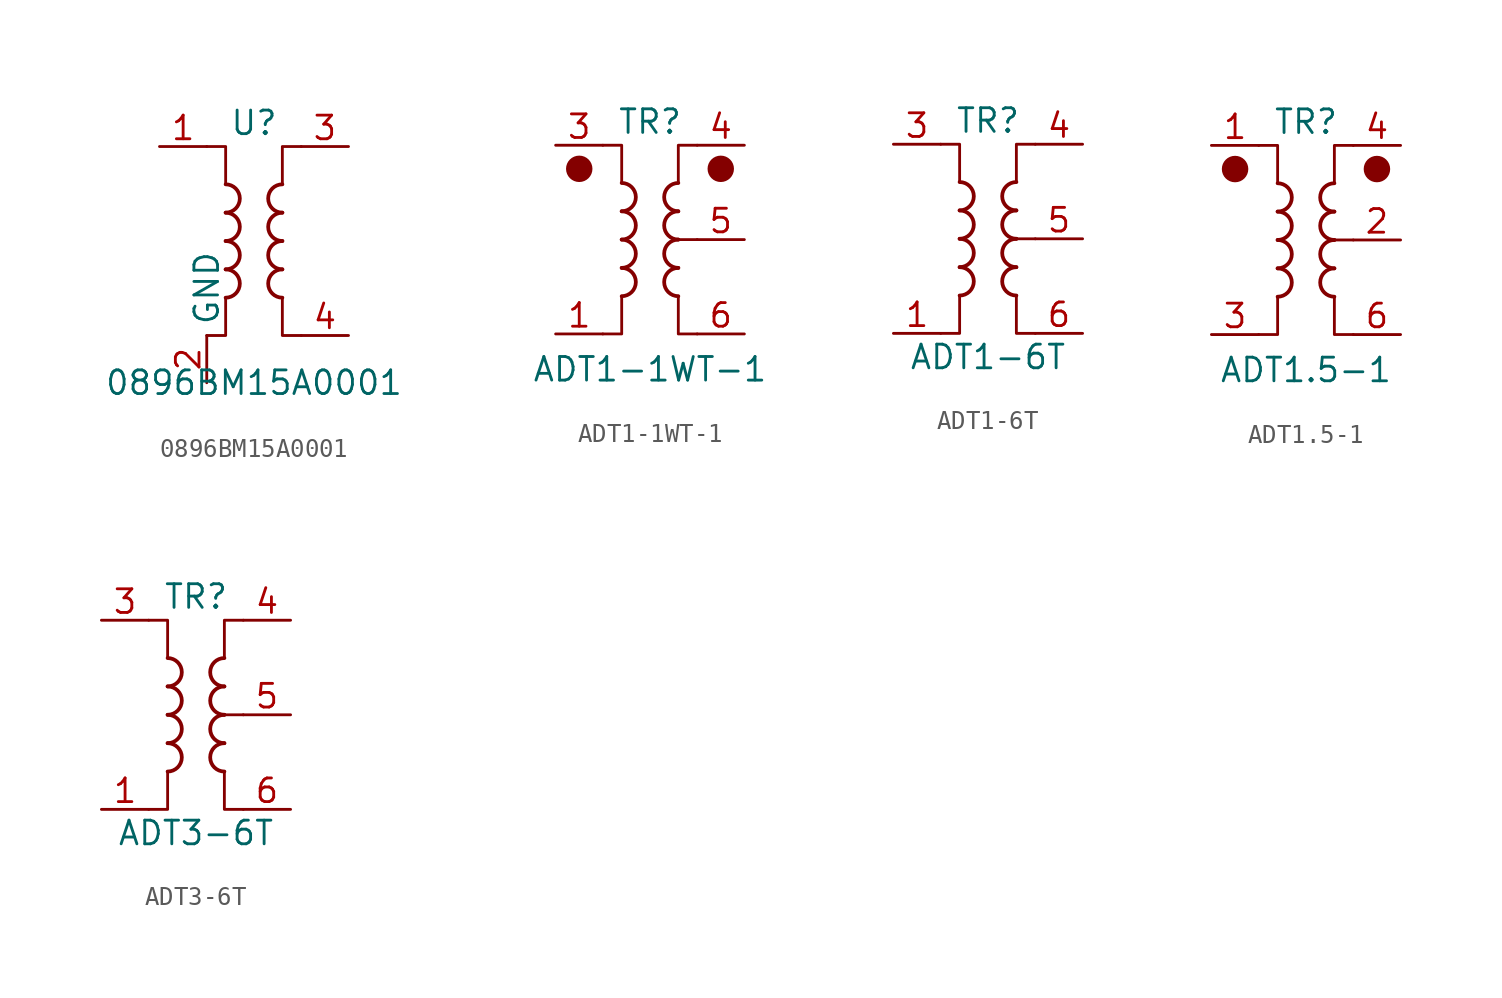
<source format=kicad_sym>
(kicad_symbol_lib
  (version 20220914)
  (generator kicad_symbol_editor)
  (symbol "0896BM15A0001"
    (property "Reference" "U"
      (at 0 6.35 0)
      (effects (font (size 1.27 1.27))))
    (property "Value" "0896BM15A0001"
      (at 0 -7.62 0)
      (effects (font (size 1.27 1.27))))
    (symbol "0896BM15A0001_1_1"
      (arc (start -1.524 -3.048) (mid -0.7653 -2.286) (end -1.524 -1.524) (stroke (width 0.2032) (type default)) (fill (type none)))
      (arc (start -1.524 -1.524) (mid -0.7653 -0.762) (end -1.524 0) (stroke (width 0.2032) (type default)) (fill (type none)))
      (arc (start -1.524 0) (mid -0.7653 0.762) (end -1.524 1.524) (stroke (width 0.2032) (type default)) (fill (type none)))
      (arc (start -1.524 1.524) (mid -0.7653 2.286) (end -1.524 3.048) (stroke (width 0.2032) (type default)) (fill (type none)))
      (polyline (pts (xy -2.54 5.08) (xy -1.524 5.08) (xy -1.524 3.048)) (stroke (width 0.152) (type default)) (fill (type none)))
      (polyline (pts (xy -1.524 -3.048) (xy -1.524 -5.08) (xy -2.54 -5.08)) (stroke (width 0.152) (type default)) (fill (type none)))
      (polyline (pts (xy 1.524 3.048) (xy 1.524 5.08) (xy 2.54 5.08)) (stroke (width 0.152) (type default)) (fill (type none)))
      (polyline (pts (xy 2.54 -5.08) (xy 1.524 -5.08) (xy 1.524 -3.048)) (stroke (width 0.152) (type default)) (fill (type none)))
      (arc (start 1.524 -1.524) (mid 0.7653 -2.286) (end 1.524 -3.048) (stroke (width 0.2032) (type default)) (fill (type none)))
      (arc (start 1.524 0) (mid 0.7653 -0.762) (end 1.524 -1.524) (stroke (width 0.2032) (type default)) (fill (type none)))
      (arc (start 1.524 1.524) (mid 0.7653 0.762) (end 1.524 0) (stroke (width 0.2032) (type default)) (fill (type none)))
      (arc (start 1.524 3.048) (mid 0.7653 2.286) (end 1.524 1.524) (stroke (width 0.2032) (type default)) (fill (type none)))
      (pin passive line (at -5.08 5.08 0) (length 2.54) (name "~" (effects (font (size 1.27 1.27)))) (number "1" (effects (font (size 1.27 1.27)))))
      (pin power_in line (at -2.54 -7.62 90) (length 2.54) (name "GND" (effects (font (size 1.27 1.27)))) (number "2" (effects (font (size 1.27 1.27)))))
      (pin passive line (at 5.08 5.08 180) (length 2.54) (name "~" (effects (font (size 1.27 1.27)))) (number "3" (effects (font (size 1.27 1.27)))))
      (pin passive line (at 5.08 -5.08 180) (length 2.54) (name "~" (effects (font (size 1.27 1.27)))) (number "4" (effects (font (size 1.27 1.27)))))
      (pin passive line (at -2.54 -7.62 90) (length 2.54) hide (name "GND" (effects (font (size 1.27 1.27)))) (number "5" (effects (font (size 1.27 1.27)))))
      (pin passive line (at -2.54 -7.62 90) (length 2.54) hide (name "GND" (effects (font (size 1.27 1.27)))) (number "6" (effects (font (size 1.27 1.27)))))))
  (symbol "ADT1-1WT-1"
    (pin_names hide)
    (property "Reference" "TR"
      (at 0 6.35 0)
      (effects (font (size 1.27 1.27))))
    (property "Value" "ADT1-1WT-1"
      (at 0 -6.985 0)
      (effects (font (size 1.27 1.27))))
    (symbol "ADT1-1WT-1_0_1"
      (circle (center -3.81 3.81) (radius 0.635) (stroke (width 0) (type default)) (fill (type outline)))
      (arc (start -1.524 -3.048) (mid -0.7653 -2.286) (end -1.524 -1.524) (stroke (width 0.2032) (type default)) (fill (type none)))
      (arc (start -1.524 -1.524) (mid -0.7653 -0.762) (end -1.524 0) (stroke (width 0.2032) (type default)) (fill (type none)))
      (arc (start -1.524 0) (mid -0.7653 0.762) (end -1.524 1.524) (stroke (width 0.2032) (type default)) (fill (type none)))
      (arc (start -1.524 1.524) (mid -0.7653 2.286) (end -1.524 3.048) (stroke (width 0.2032) (type default)) (fill (type none)))
      (polyline (pts (xy 2.54 0) (xy 1.27 0)) (stroke (width 0.152) (type default)) (fill (type none)))
      (polyline (pts (xy -2.54 5.08) (xy -1.524 5.08) (xy -1.524 3.048)) (stroke (width 0.152) (type default)) (fill (type none)))
      (polyline (pts (xy -1.524 -3.048) (xy -1.524 -5.08) (xy -2.54 -5.08)) (stroke (width 0.152) (type default)) (fill (type none)))
      (polyline (pts (xy 1.524 3.048) (xy 1.524 5.08) (xy 2.54 5.08)) (stroke (width 0.152) (type default)) (fill (type none)))
      (polyline (pts (xy 2.54 -5.08) (xy 1.524 -5.08) (xy 1.524 -3.048)) (stroke (width 0.152) (type default)) (fill (type none)))
      (arc (start 1.524 -1.524) (mid 0.7653 -2.286) (end 1.524 -3.048) (stroke (width 0.2032) (type default)) (fill (type none)))
      (arc (start 1.524 0) (mid 0.7653 -0.762) (end 1.524 -1.524) (stroke (width 0.2032) (type default)) (fill (type none)))
      (arc (start 1.524 1.524) (mid 0.7653 0.762) (end 1.524 0) (stroke (width 0.2032) (type default)) (fill (type none)))
      (arc (start 1.524 3.048) (mid 0.7653 2.286) (end 1.524 1.524) (stroke (width 0.2032) (type default)) (fill (type none)))
      (circle (center 3.81 3.81) (radius 0.635) (stroke (width 0) (type default)) (fill (type outline))))
    (symbol "ADT1-1WT-1_1_1"
      (pin passive line (at -5.08 -5.08 0) (length 2.54) (name "~" (effects (font (size 1.27 1.27)))) (number "1" (effects (font (size 1.27 1.27)))))
      (pin no_connect line (at -2.54 0 0) (length 2.54) hide (name "~" (effects (font (size 1.27 1.27)))) (number "2" (effects (font (size 1.27 1.27)))))
      (pin passive line (at -5.08 5.08 0) (length 2.54) (name "~" (effects (font (size 1.27 1.27)))) (number "3" (effects (font (size 1.27 1.27)))))
      (pin passive line (at 5.08 5.08 180) (length 2.54) (name "~" (effects (font (size 1.27 1.27)))) (number "4" (effects (font (size 1.27 1.27)))))
      (pin passive line (at 5.08 0 180) (length 2.54) (name "~" (effects (font (size 1.27 1.27)))) (number "5" (effects (font (size 1.27 1.27)))))
      (pin passive line (at 5.08 -5.08 180) (length 2.54) (name "~" (effects (font (size 1.27 1.27)))) (number "6" (effects (font (size 1.27 1.27)))))))
  (symbol "ADT1-6T"
    (pin_names hide)
    (property "Reference" "TR"
      (at 0 6.35 0)
      (effects (font (size 1.27 1.27))))
    (property "Value" "ADT1-6T"
      (at 0 -6.35 0)
      (effects (font (size 1.27 1.27))))
    (symbol "ADT1-6T_0_1"
      (arc (start -1.524 -3.048) (mid -0.7653 -2.286) (end -1.524 -1.524) (stroke (width 0.2032) (type default)) (fill (type none)))
      (arc (start -1.524 -1.524) (mid -0.7653 -0.762) (end -1.524 0) (stroke (width 0.2032) (type default)) (fill (type none)))
      (arc (start -1.524 0) (mid -0.7653 0.762) (end -1.524 1.524) (stroke (width 0.2032) (type default)) (fill (type none)))
      (arc (start -1.524 1.524) (mid -0.7653 2.286) (end -1.524 3.048) (stroke (width 0.2032) (type default)) (fill (type none)))
      (polyline (pts (xy 2.54 0) (xy 1.27 0)) (stroke (width 0.152) (type default)) (fill (type none)))
      (polyline (pts (xy -2.54 5.08) (xy -1.524 5.08) (xy -1.524 3.048) (xy -1.524 3.048)) (stroke (width 0.152) (type default)) (fill (type none)))
      (polyline (pts (xy -1.524 -3.048) (xy -1.524 -5.08) (xy -2.54 -5.08) (xy -2.54 -5.08)) (stroke (width 0.152) (type default)) (fill (type none)))
      (polyline (pts (xy 1.524 3.048) (xy 1.524 5.08) (xy 2.54 5.08) (xy 2.54 5.08)) (stroke (width 0.152) (type default)) (fill (type none)))
      (polyline (pts (xy 2.54 -5.08) (xy 1.524 -5.08) (xy 1.524 -3.048) (xy 1.524 -3.048)) (stroke (width 0.152) (type default)) (fill (type none)))
      (arc (start 1.524 -1.524) (mid 0.7653 -2.286) (end 1.524 -3.048) (stroke (width 0.2032) (type default)) (fill (type none)))
      (arc (start 1.524 0) (mid 0.7653 -0.762) (end 1.524 -1.524) (stroke (width 0.2032) (type default)) (fill (type none)))
      (arc (start 1.524 1.524) (mid 0.7653 0.762) (end 1.524 0) (stroke (width 0.2032) (type default)) (fill (type none)))
      (arc (start 1.524 3.048) (mid 0.7653 2.286) (end 1.524 1.524) (stroke (width 0.2032) (type default)) (fill (type none))))
    (symbol "ADT1-6T_1_1"
      (pin passive line (at -5.08 -5.08 0) (length 2.54) (name "~" (effects (font (size 1.27 1.27)))) (number "1" (effects (font (size 1.27 1.27)))))
      (pin passive line (at -5.08 5.08 0) (length 2.54) (name "~" (effects (font (size 1.27 1.27)))) (number "3" (effects (font (size 1.27 1.27)))))
      (pin passive line (at 5.08 5.08 180) (length 2.54) (name "~" (effects (font (size 1.27 1.27)))) (number "4" (effects (font (size 1.27 1.27)))))
      (pin passive line (at 5.08 0 180) (length 2.54) (name "~" (effects (font (size 1.27 1.27)))) (number "5" (effects (font (size 1.27 1.27)))))
      (pin passive line (at 5.08 -5.08 180) (length 2.54) (name "~" (effects (font (size 1.27 1.27)))) (number "6" (effects (font (size 1.27 1.27)))))))
  (symbol "ADT1.5-1"
    (pin_names hide)
    (property "Reference" "TR"
      (at 0 6.35 0)
      (effects (font (size 1.27 1.27))))
    (property "Value" "ADT1.5-1"
      (at 0 -6.985 0)
      (effects (font (size 1.27 1.27))))
    (symbol "ADT1.5-1_0_1"
      (circle (center -3.81 3.81) (radius 0.635) (stroke (width 0) (type default)) (fill (type outline)))
      (arc (start -1.524 -3.048) (mid -0.7653 -2.286) (end -1.524 -1.524) (stroke (width 0.2032) (type default)) (fill (type none)))
      (arc (start -1.524 -1.524) (mid -0.7653 -0.762) (end -1.524 0) (stroke (width 0.2032) (type default)) (fill (type none)))
      (arc (start -1.524 0) (mid -0.7653 0.762) (end -1.524 1.524) (stroke (width 0.2032) (type default)) (fill (type none)))
      (arc (start -1.524 1.524) (mid -0.7653 2.286) (end -1.524 3.048) (stroke (width 0.2032) (type default)) (fill (type none)))
      (polyline (pts (xy 2.54 0) (xy 1.27 0)) (stroke (width 0.152) (type default)) (fill (type none)))
      (polyline (pts (xy -2.54 5.08) (xy -1.524 5.08) (xy -1.524 3.048)) (stroke (width 0.152) (type default)) (fill (type none)))
      (polyline (pts (xy -1.524 -3.048) (xy -1.524 -5.08) (xy -2.54 -5.08)) (stroke (width 0.152) (type default)) (fill (type none)))
      (polyline (pts (xy 1.524 3.048) (xy 1.524 5.08) (xy 2.54 5.08)) (stroke (width 0.152) (type default)) (fill (type none)))
      (polyline (pts (xy 2.54 -5.08) (xy 1.524 -5.08) (xy 1.524 -3.048)) (stroke (width 0.152) (type default)) (fill (type none)))
      (arc (start 1.524 -1.524) (mid 0.7653 -2.286) (end 1.524 -3.048) (stroke (width 0.2032) (type default)) (fill (type none)))
      (arc (start 1.524 0) (mid 0.7653 -0.762) (end 1.524 -1.524) (stroke (width 0.2032) (type default)) (fill (type none)))
      (arc (start 1.524 1.524) (mid 0.7653 0.762) (end 1.524 0) (stroke (width 0.2032) (type default)) (fill (type none)))
      (arc (start 1.524 3.048) (mid 0.7653 2.286) (end 1.524 1.524) (stroke (width 0.2032) (type default)) (fill (type none)))
      (circle (center 3.81 3.81) (radius 0.635) (stroke (width 0) (type default)) (fill (type outline))))
    (symbol "ADT1.5-1_1_1"
      (pin passive line (at -5.08 5.08 0) (length 2.54) (name "~" (effects (font (size 1.27 1.27)))) (number "1" (effects (font (size 1.27 1.27)))))
      (pin passive line (at 5.08 0 180) (length 2.54) (name "~" (effects (font (size 1.27 1.27)))) (number "2" (effects (font (size 1.27 1.27)))))
      (pin passive line (at -5.08 -5.08 0) (length 2.54) (name "~" (effects (font (size 1.27 1.27)))) (number "3" (effects (font (size 1.27 1.27)))))
      (pin passive line (at 5.08 5.08 180) (length 2.54) (name "~" (effects (font (size 1.27 1.27)))) (number "4" (effects (font (size 1.27 1.27)))))
      (pin no_connect line (at -2.54 0 0) (length 2.54) hide (name "~" (effects (font (size 1.27 1.27)))) (number "5" (effects (font (size 1.27 1.27)))))
      (pin passive line (at 5.08 -5.08 180) (length 2.54) (name "~" (effects (font (size 1.27 1.27)))) (number "6" (effects (font (size 1.27 1.27)))))))
  (symbol "ADT3-6T"
    (pin_names hide)
    (property "Reference" "TR"
      (at 0 6.35 0)
      (effects (font (size 1.27 1.27))))
    (property "Value" "ADT3-6T"
      (at 0 -6.35 0)
      (effects (font (size 1.27 1.27))))
    (symbol "ADT3-6T_0_1"
      (arc (start -1.524 -3.048) (mid -0.7653 -2.286) (end -1.524 -1.524) (stroke (width 0.2032) (type default)) (fill (type none)))
      (arc (start -1.524 -1.524) (mid -0.7653 -0.762) (end -1.524 0) (stroke (width 0.2032) (type default)) (fill (type none)))
      (arc (start -1.524 0) (mid -0.7653 0.762) (end -1.524 1.524) (stroke (width 0.2032) (type default)) (fill (type none)))
      (arc (start -1.524 1.524) (mid -0.7653 2.286) (end -1.524 3.048) (stroke (width 0.2032) (type default)) (fill (type none)))
      (polyline (pts (xy 2.54 0) (xy 1.27 0)) (stroke (width 0.152) (type default)) (fill (type none)))
      (polyline (pts (xy -2.54 5.08) (xy -1.524 5.08) (xy -1.524 3.048) (xy -1.524 3.048)) (stroke (width 0.152) (type default)) (fill (type none)))
      (polyline (pts (xy -1.524 -3.048) (xy -1.524 -5.08) (xy -2.54 -5.08) (xy -2.54 -5.08)) (stroke (width 0.152) (type default)) (fill (type none)))
      (polyline (pts (xy 1.524 3.048) (xy 1.524 5.08) (xy 2.54 5.08) (xy 2.54 5.08)) (stroke (width 0.152) (type default)) (fill (type none)))
      (polyline (pts (xy 2.54 -5.08) (xy 1.524 -5.08) (xy 1.524 -3.048) (xy 1.524 -3.048)) (stroke (width 0.152) (type default)) (fill (type none)))
      (arc (start 1.524 -1.524) (mid 0.7653 -2.286) (end 1.524 -3.048) (stroke (width 0.2032) (type default)) (fill (type none)))
      (arc (start 1.524 0) (mid 0.7653 -0.762) (end 1.524 -1.524) (stroke (width 0.2032) (type default)) (fill (type none)))
      (arc (start 1.524 1.524) (mid 0.7653 0.762) (end 1.524 0) (stroke (width 0.2032) (type default)) (fill (type none)))
      (arc (start 1.524 3.048) (mid 0.7653 2.286) (end 1.524 1.524) (stroke (width 0.2032) (type default)) (fill (type none))))
    (symbol "ADT3-6T_1_1"
      (pin passive line (at -5.08 -5.08 0) (length 2.54) (name "~" (effects (font (size 1.27 1.27)))) (number "1" (effects (font (size 1.27 1.27)))))
      (pin passive line (at -5.08 5.08 0) (length 2.54) (name "~" (effects (font (size 1.27 1.27)))) (number "3" (effects (font (size 1.27 1.27)))))
      (pin passive line (at 5.08 5.08 180) (length 2.54) (name "~" (effects (font (size 1.27 1.27)))) (number "4" (effects (font (size 1.27 1.27)))))
      (pin passive line (at 5.08 0 180) (length 2.54) (name "~" (effects (font (size 1.27 1.27)))) (number "5" (effects (font (size 1.27 1.27)))))
      (pin passive line (at 5.08 -5.08 180) (length 2.54) (name "~" (effects (font (size 1.27 1.27)))) (number "6" (effects (font (size 1.27 1.27))))))))
</source>
